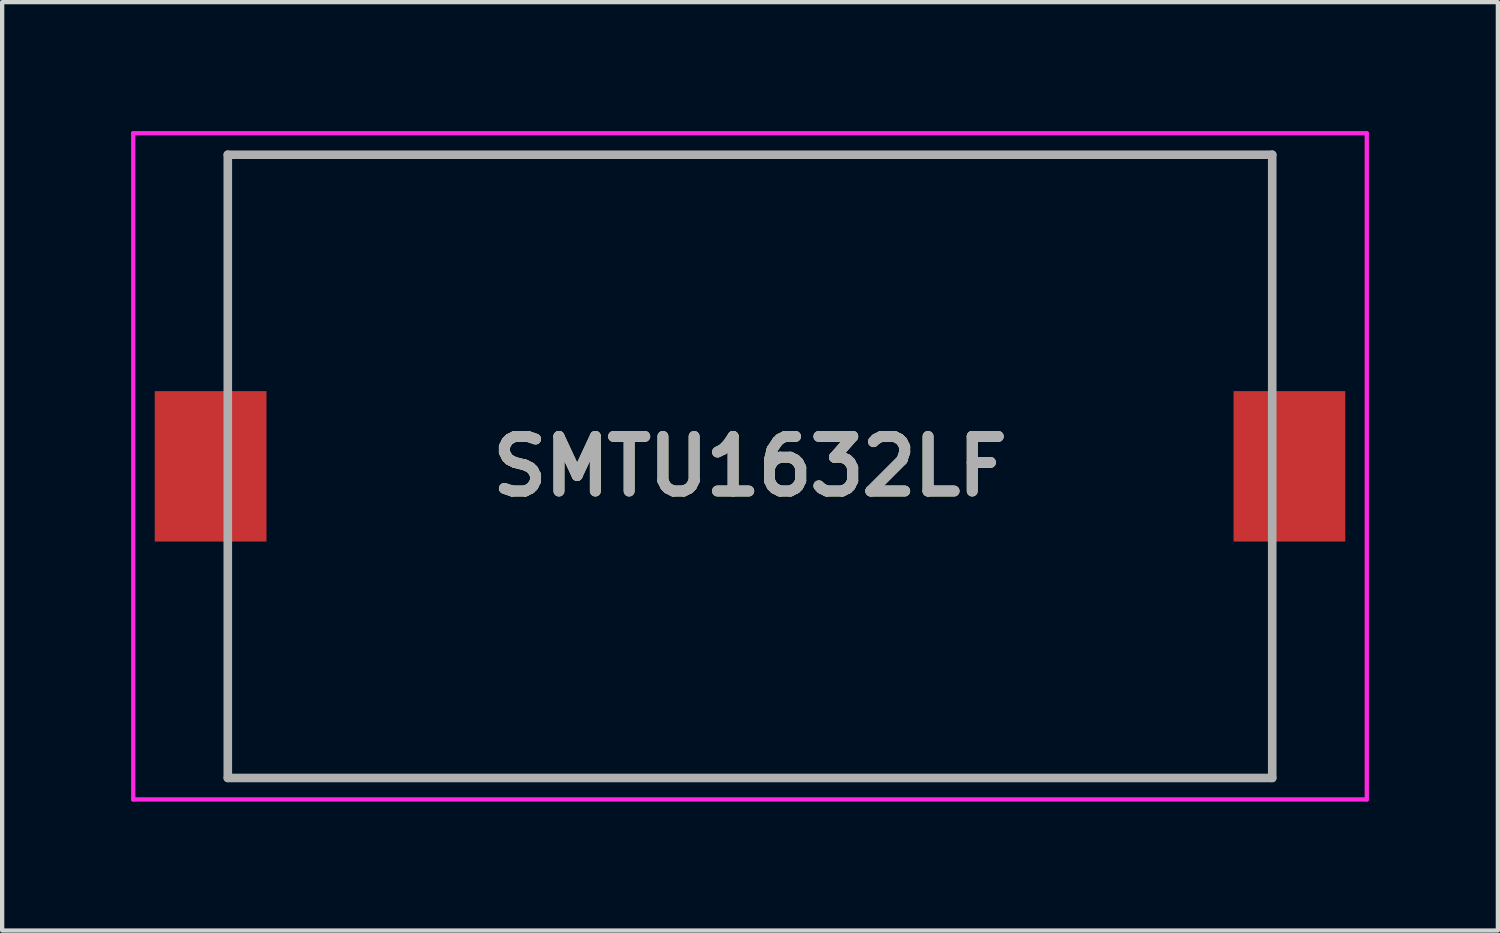
<source format=kicad_pcb>
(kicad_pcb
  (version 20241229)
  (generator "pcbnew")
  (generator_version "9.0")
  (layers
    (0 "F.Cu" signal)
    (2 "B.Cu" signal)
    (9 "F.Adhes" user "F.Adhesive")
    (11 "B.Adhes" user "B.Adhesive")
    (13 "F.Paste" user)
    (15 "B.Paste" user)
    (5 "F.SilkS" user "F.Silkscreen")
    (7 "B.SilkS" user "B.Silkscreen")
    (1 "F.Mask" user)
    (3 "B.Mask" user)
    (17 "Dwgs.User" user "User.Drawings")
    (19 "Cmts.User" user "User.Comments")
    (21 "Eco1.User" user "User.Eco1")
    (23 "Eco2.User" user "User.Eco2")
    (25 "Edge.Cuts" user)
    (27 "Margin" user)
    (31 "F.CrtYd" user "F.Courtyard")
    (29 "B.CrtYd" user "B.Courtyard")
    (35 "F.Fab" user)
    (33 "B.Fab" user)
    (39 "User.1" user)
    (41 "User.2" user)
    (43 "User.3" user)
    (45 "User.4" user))
  (footprint "SMTU1632LF"
    (layer "F.Cu")
    (at 14.4 7.8)
    (property "Reference" "SMTU1632LF" (at 0 0 0) (layer "F.SilkS") (effects (font (size 1.27 1.27) (thickness 0.254))))
    (attr smd)
    (fp_line (start -1.5 -7.25) (end 1.5 -7.25) (stroke (width 0.1) (type solid)) (layer "F.SilkS"))
    (fp_line (start -1.5 7.25) (end 1.5 7.25) (stroke (width 0.1) (type solid)) (layer "F.SilkS"))
    (fp_line (start -14.35 -7.75) (end 14.35 -7.75) (stroke (width 0.1) (type solid)) (layer "F.CrtYd"))
    (fp_line (start -14.35 7.75) (end -14.35 -7.75) (stroke (width 0.1) (type solid)) (layer "F.CrtYd"))
    (fp_line (start 14.35 -7.75) (end 14.35 7.75) (stroke (width 0.1) (type solid)) (layer "F.CrtYd"))
    (fp_line (start 14.35 7.75) (end -14.35 7.75) (stroke (width 0.1) (type solid)) (layer "F.CrtYd"))
    (fp_line (start -12.15 -7.25) (end 12.15 -7.25) (stroke (width 0.2) (type solid)) (layer "F.Fab"))
    (fp_line (start -12.15 7.25) (end -12.15 -7.25) (stroke (width 0.2) (type solid)) (layer "F.Fab"))
    (fp_line (start 12.15 -7.25) (end 12.15 7.25) (stroke (width 0.2) (type solid)) (layer "F.Fab"))
    (fp_line (start 12.15 7.25) (end -12.15 7.25) (stroke (width 0.2) (type solid)) (layer "F.Fab"))
    (fp_text user "${REFERENCE}" (at 0 0 0) (layer "F.Fab") (effects (font (size 1.27 1.27) (thickness 0.254))))
    (pad "1" smd rect (at -12.55 0) (size 2.6 3.5) (layers "F.Cu" "F.Mask" "F.Paste"))
    (pad "2" smd rect (at 12.55 0) (size 2.6 3.5) (layers "F.Cu" "F.Mask" "F.Paste")))
  (gr_rect
    (start -3 -3)
    (end 31.8 18.6)
    (stroke (width 0.1) (type default))
    (fill no)
    (layer "Edge.Cuts")))
</source>
